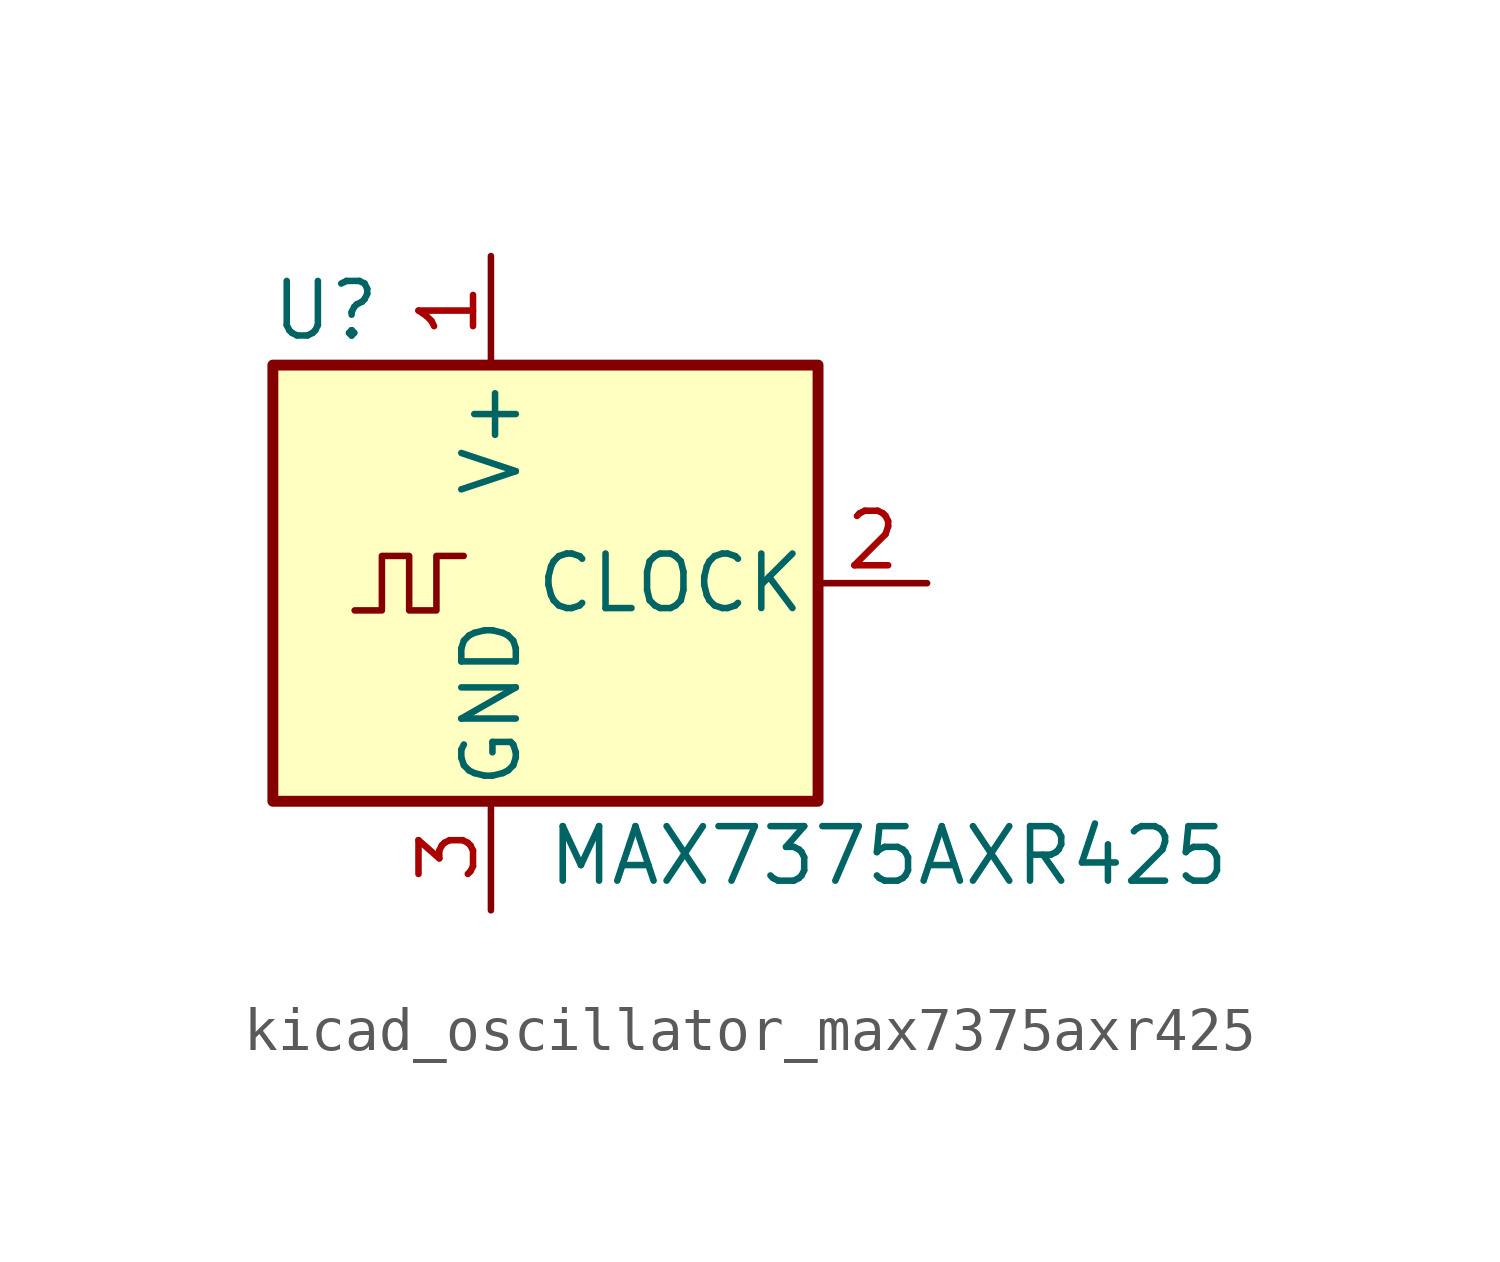
<source format=kicad_sym>
(kicad_symbol_lib
  (version 20220914)
  (generator kicad_symbol_editor)
  (symbol "kicad_oscillator_max7375axr425"
    (pin_names
      (offset 0.254))
    (property "Reference" "U"
      (at -2.54 6.35 0)
      (effects (font (size 1.27 1.27)) (justify right)))
    (property "Value" "MAX7375AXR425"
      (at 1.27 -6.35 0)
      (effects (font (size 1.27 1.27)) (justify left)))
    (symbol "kicad_oscillator_max7375axr425_0_1"
      (rectangle (start -5.08 5.08) (end 7.62 -5.08) (stroke (width 0.254) (type default)) (fill (type background)))
      (polyline (pts (xy -3.175 -0.635) (xy -2.54 -0.635) (xy -2.54 0.635) (xy -1.905 0.635) (xy -1.905 -0.635) (xy -1.27 -0.635) (xy -1.27 0.635) (xy -0.635 0.635)) (stroke (width 0) (type default)) (fill (type none))))
    (symbol "kicad_oscillator_max7375axr425_1_1"
      (pin power_in line (at 0 7.62 270) (length 2.54) (name "V+" (effects (font (size 1.27 1.27)))) (number "1" (effects (font (size 1.27 1.27)))))
      (pin output line (at 10.16 0 180) (length 2.54) (name "CLOCK" (effects (font (size 1.27 1.27)))) (number "2" (effects (font (size 1.27 1.27)))))
      (pin power_in line (at 0 -7.62 90) (length 2.54) (name "GND" (effects (font (size 1.27 1.27)))) (number "3" (effects (font (size 1.27 1.27))))))))
</source>
